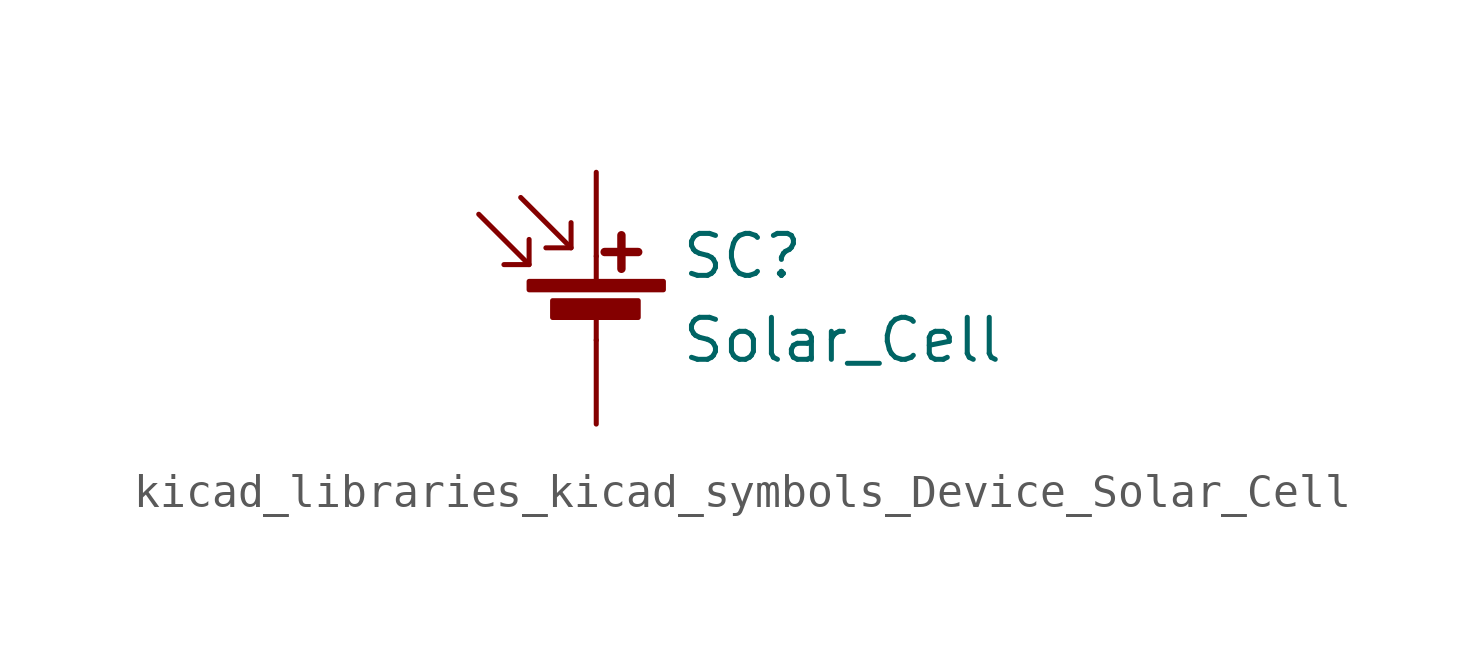
<source format=kicad_sym>
(kicad_symbol_lib
  (version 20220914)
  (generator kicad_symbol_editor)
  (symbol "kicad_libraries_kicad_symbols_Device_Solar_Cell"
    (pin_numbers hide)
    (pin_names
      (offset 0) hide)
    (property "Reference" "SC"
      (at 2.54 2.54 0)
      (effects (font (size 1.27 1.27)) (justify left)))
    (property "Value" "Solar_Cell"
      (at 2.54 0 0)
      (effects (font (size 1.27 1.27)) (justify left)))
    (symbol "kicad_libraries_kicad_symbols_Device_Solar_Cell_0_1"
      (rectangle (start -2.032 1.778) (end 2.032 1.524) (stroke (width 0) (type default)) (fill (type outline)))
      (rectangle (start -1.321 1.194) (end 1.27 0.686) (stroke (width 0) (type default)) (fill (type outline)))
      (polyline (pts (xy -2.032 2.286) (xy -3.556 3.81)) (stroke (width 0) (type default)) (fill (type none)))
      (polyline (pts (xy -0.762 2.794) (xy -2.286 4.318)) (stroke (width 0) (type default)) (fill (type none)))
      (polyline (pts (xy 0 0.762) (xy 0 0)) (stroke (width 0) (type default)) (fill (type none)))
      (polyline (pts (xy 0 1.778) (xy 0 2.54)) (stroke (width 0) (type default)) (fill (type none)))
      (polyline (pts (xy 0.254 2.667) (xy 1.27 2.667)) (stroke (width 0.254) (type default)) (fill (type none)))
      (polyline (pts (xy 0.762 3.175) (xy 0.762 2.159)) (stroke (width 0.254) (type default)) (fill (type none)))
      (polyline (pts (xy -2.032 3.048) (xy -2.032 2.286) (xy -2.794 2.286)) (stroke (width 0) (type default)) (fill (type none)))
      (polyline (pts (xy -0.762 3.556) (xy -0.762 2.794) (xy -1.524 2.794)) (stroke (width 0) (type default)) (fill (type none))))
    (symbol "kicad_libraries_kicad_symbols_Device_Solar_Cell_1_1"
      (pin passive line (at 0 5.08 270) (length 2.54) (name "+" (effects (font (size 1.27 1.27)))) (number "1" (effects (font (size 1.27 1.27)))))
      (pin passive line (at 0 -2.54 90) (length 2.54) (name "-" (effects (font (size 1.27 1.27)))) (number "2" (effects (font (size 1.27 1.27))))))))
</source>
